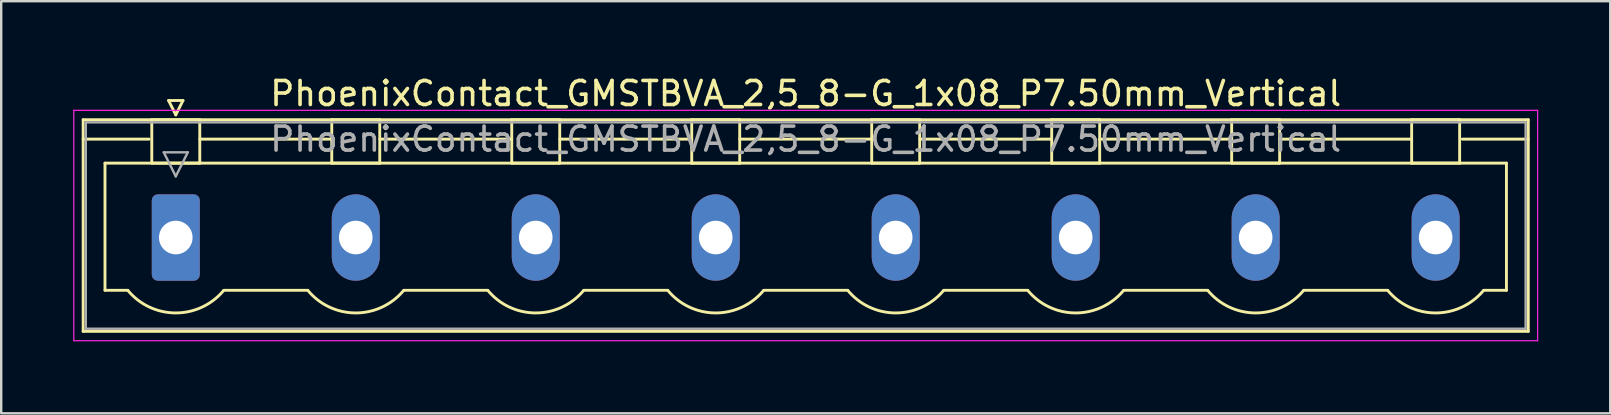
<source format=kicad_pcb>
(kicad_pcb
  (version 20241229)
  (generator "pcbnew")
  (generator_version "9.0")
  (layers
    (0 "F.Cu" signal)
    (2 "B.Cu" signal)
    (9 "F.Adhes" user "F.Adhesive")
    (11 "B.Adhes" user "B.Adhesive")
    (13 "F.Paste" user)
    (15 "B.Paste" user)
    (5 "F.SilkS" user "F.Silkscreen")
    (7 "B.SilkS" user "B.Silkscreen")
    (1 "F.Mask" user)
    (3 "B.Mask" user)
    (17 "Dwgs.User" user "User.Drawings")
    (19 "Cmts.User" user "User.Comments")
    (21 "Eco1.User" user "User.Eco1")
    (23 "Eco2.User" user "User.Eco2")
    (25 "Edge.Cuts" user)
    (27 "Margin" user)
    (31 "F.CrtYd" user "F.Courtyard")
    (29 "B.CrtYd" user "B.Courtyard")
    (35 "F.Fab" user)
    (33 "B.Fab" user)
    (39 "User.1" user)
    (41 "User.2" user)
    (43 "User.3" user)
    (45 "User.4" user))
  (footprint "PhoenixContact_GMSTBVA_2,5_8-G_1x08_P7.50mm_Vertical"
    (layer "F.Cu")
    (at 4.275 6.848)
    (property "Reference" "PhoenixContact_GMSTBVA_2,5_8-G_1x08_P7.50mm_Vertical" (at 26.25 -6 0) (layer "F.SilkS") (effects (font (size 1 1) (thickness 0.15))))
    (attr through_hole)
    (fp_line (start -3.86 -4.91) (end -3.86 3.91) (stroke (width 0.12) (type solid)) (layer "F.SilkS"))
    (fp_line (start -3.86 -4.1) (end -1.11 -4.1) (stroke (width 0.12) (type solid)) (layer "F.SilkS"))
    (fp_line (start -3.86 3.91) (end 56.36 3.91) (stroke (width 0.12) (type solid)) (layer "F.SilkS"))
    (fp_line (start -2.95 -3.1) (end 55.45 -3.1) (stroke (width 0.12) (type solid)) (layer "F.SilkS"))
    (fp_line (start -2.95 2.2) (end -2.95 -3.1) (stroke (width 0.12) (type solid)) (layer "F.SilkS"))
    (fp_line (start -2 2.2) (end -2.95 2.2) (stroke (width 0.12) (type solid)) (layer "F.SilkS"))
    (fp_line (start -1 -4.91) (end 1 -4.91) (stroke (width 0.12) (type solid)) (layer "F.SilkS"))
    (fp_line (start -1 -3.1) (end -1 -4.91) (stroke (width 0.12) (type solid)) (layer "F.SilkS"))
    (fp_line (start -0.3 -5.71) (end 0.3 -5.71) (stroke (width 0.12) (type solid)) (layer "F.SilkS"))
    (fp_line (start 0 -5.11) (end -0.3 -5.71) (stroke (width 0.12) (type solid)) (layer "F.SilkS"))
    (fp_line (start 0.3 -5.71) (end 0 -5.11) (stroke (width 0.12) (type solid)) (layer "F.SilkS"))
    (fp_line (start 1 -4.91) (end 1 -3.1) (stroke (width 0.12) (type solid)) (layer "F.SilkS"))
    (fp_line (start 1 -4.1) (end 6.5 -4.1) (stroke (width 0.12) (type solid)) (layer "F.SilkS"))
    (fp_line (start 1 -3.1) (end -1 -3.1) (stroke (width 0.12) (type solid)) (layer "F.SilkS"))
    (fp_line (start 2 2.2) (end 5.5 2.2) (stroke (width 0.12) (type solid)) (layer "F.SilkS"))
    (fp_line (start 6.5 -4.91) (end 8.5 -4.91) (stroke (width 0.12) (type solid)) (layer "F.SilkS"))
    (fp_line (start 6.5 -3.1) (end 6.5 -4.91) (stroke (width 0.12) (type solid)) (layer "F.SilkS"))
    (fp_line (start 8.5 -4.91) (end 8.5 -3.1) (stroke (width 0.12) (type solid)) (layer "F.SilkS"))
    (fp_line (start 8.5 -4.1) (end 14 -4.1) (stroke (width 0.12) (type solid)) (layer "F.SilkS"))
    (fp_line (start 8.5 -3.1) (end 6.5 -3.1) (stroke (width 0.12) (type solid)) (layer "F.SilkS"))
    (fp_line (start 9.5 2.2) (end 13 2.2) (stroke (width 0.12) (type solid)) (layer "F.SilkS"))
    (fp_line (start 14 -4.91) (end 16 -4.91) (stroke (width 0.12) (type solid)) (layer "F.SilkS"))
    (fp_line (start 14 -3.1) (end 14 -4.91) (stroke (width 0.12) (type solid)) (layer "F.SilkS"))
    (fp_line (start 16 -4.91) (end 16 -3.1) (stroke (width 0.12) (type solid)) (layer "F.SilkS"))
    (fp_line (start 16 -4.1) (end 21.5 -4.1) (stroke (width 0.12) (type solid)) (layer "F.SilkS"))
    (fp_line (start 16 -3.1) (end 14 -3.1) (stroke (width 0.12) (type solid)) (layer "F.SilkS"))
    (fp_line (start 17 2.2) (end 20.5 2.2) (stroke (width 0.12) (type solid)) (layer "F.SilkS"))
    (fp_line (start 21.5 -4.91) (end 23.5 -4.91) (stroke (width 0.12) (type solid)) (layer "F.SilkS"))
    (fp_line (start 21.5 -3.1) (end 21.5 -4.91) (stroke (width 0.12) (type solid)) (layer "F.SilkS"))
    (fp_line (start 23.5 -4.91) (end 23.5 -3.1) (stroke (width 0.12) (type solid)) (layer "F.SilkS"))
    (fp_line (start 23.5 -4.1) (end 29 -4.1) (stroke (width 0.12) (type solid)) (layer "F.SilkS"))
    (fp_line (start 23.5 -3.1) (end 21.5 -3.1) (stroke (width 0.12) (type solid)) (layer "F.SilkS"))
    (fp_line (start 24.5 2.2) (end 28 2.2) (stroke (width 0.12) (type solid)) (layer "F.SilkS"))
    (fp_line (start 29 -4.91) (end 31 -4.91) (stroke (width 0.12) (type solid)) (layer "F.SilkS"))
    (fp_line (start 29 -3.1) (end 29 -4.91) (stroke (width 0.12) (type solid)) (layer "F.SilkS"))
    (fp_line (start 31 -4.91) (end 31 -3.1) (stroke (width 0.12) (type solid)) (layer "F.SilkS"))
    (fp_line (start 31 -4.1) (end 36.5 -4.1) (stroke (width 0.12) (type solid)) (layer "F.SilkS"))
    (fp_line (start 31 -3.1) (end 29 -3.1) (stroke (width 0.12) (type solid)) (layer "F.SilkS"))
    (fp_line (start 32 2.2) (end 35.5 2.2) (stroke (width 0.12) (type solid)) (layer "F.SilkS"))
    (fp_line (start 36.5 -4.91) (end 38.5 -4.91) (stroke (width 0.12) (type solid)) (layer "F.SilkS"))
    (fp_line (start 36.5 -3.1) (end 36.5 -4.91) (stroke (width 0.12) (type solid)) (layer "F.SilkS"))
    (fp_line (start 38.5 -4.91) (end 38.5 -3.1) (stroke (width 0.12) (type solid)) (layer "F.SilkS"))
    (fp_line (start 38.5 -4.1) (end 44 -4.1) (stroke (width 0.12) (type solid)) (layer "F.SilkS"))
    (fp_line (start 38.5 -3.1) (end 36.5 -3.1) (stroke (width 0.12) (type solid)) (layer "F.SilkS"))
    (fp_line (start 39.5 2.2) (end 43 2.2) (stroke (width 0.12) (type solid)) (layer "F.SilkS"))
    (fp_line (start 44 -4.91) (end 46 -4.91) (stroke (width 0.12) (type solid)) (layer "F.SilkS"))
    (fp_line (start 44 -3.1) (end 44 -4.91) (stroke (width 0.12) (type solid)) (layer "F.SilkS"))
    (fp_line (start 46 -4.91) (end 46 -3.1) (stroke (width 0.12) (type solid)) (layer "F.SilkS"))
    (fp_line (start 46 -4.1) (end 51.5 -4.1) (stroke (width 0.12) (type solid)) (layer "F.SilkS"))
    (fp_line (start 46 -3.1) (end 44 -3.1) (stroke (width 0.12) (type solid)) (layer "F.SilkS"))
    (fp_line (start 47 2.2) (end 50.5 2.2) (stroke (width 0.12) (type solid)) (layer "F.SilkS"))
    (fp_line (start 51.5 -4.91) (end 53.5 -4.91) (stroke (width 0.12) (type solid)) (layer "F.SilkS"))
    (fp_line (start 51.5 -3.1) (end 51.5 -4.91) (stroke (width 0.12) (type solid)) (layer "F.SilkS"))
    (fp_line (start 53.5 -4.91) (end 53.5 -3.1) (stroke (width 0.12) (type solid)) (layer "F.SilkS"))
    (fp_line (start 53.5 -3.1) (end 51.5 -3.1) (stroke (width 0.12) (type solid)) (layer "F.SilkS"))
    (fp_line (start 55.45 -3.1) (end 55.45 2.2) (stroke (width 0.12) (type solid)) (layer "F.SilkS"))
    (fp_line (start 55.45 2.2) (end 54.5 2.2) (stroke (width 0.12) (type solid)) (layer "F.SilkS"))
    (fp_line (start 56.36 -4.91) (end -3.86 -4.91) (stroke (width 0.12) (type solid)) (layer "F.SilkS"))
    (fp_line (start 56.36 -4.1) (end 53.61 -4.1) (stroke (width 0.12) (type solid)) (layer "F.SilkS"))
    (fp_line (start 56.36 3.91) (end 56.36 -4.91) (stroke (width 0.12) (type solid)) (layer "F.SilkS"))
    (fp_arc (start 1.986842 2.215821) (mid -0.010289 3.142758) (end -2 2.2) (stroke (width 0.12) (type solid)) (layer "F.SilkS"))
    (fp_arc (start 9.486842 2.215821) (mid 7.489711 3.142758) (end 5.5 2.2) (stroke (width 0.12) (type solid)) (layer "F.SilkS"))
    (fp_arc (start 16.986842 2.215821) (mid 14.989711 3.142758) (end 13 2.2) (stroke (width 0.12) (type solid)) (layer "F.SilkS"))
    (fp_arc (start 24.486842 2.215821) (mid 22.489711 3.142758) (end 20.5 2.2) (stroke (width 0.12) (type solid)) (layer "F.SilkS"))
    (fp_arc (start 31.986842 2.215821) (mid 29.989711 3.142758) (end 28 2.2) (stroke (width 0.12) (type solid)) (layer "F.SilkS"))
    (fp_arc (start 39.486842 2.215821) (mid 37.489711 3.142758) (end 35.5 2.2) (stroke (width 0.12) (type solid)) (layer "F.SilkS"))
    (fp_arc (start 46.986842 2.215821) (mid 44.989711 3.142758) (end 43 2.2) (stroke (width 0.12) (type solid)) (layer "F.SilkS"))
    (fp_arc (start 54.486842 2.215821) (mid 52.489711 3.142758) (end 50.5 2.2) (stroke (width 0.12) (type solid)) (layer "F.SilkS"))
    (fp_line (start -4.25 -5.3) (end -4.25 4.3) (stroke (width 0.05) (type solid)) (layer "F.CrtYd"))
    (fp_line (start -4.25 4.3) (end 56.75 4.3) (stroke (width 0.05) (type solid)) (layer "F.CrtYd"))
    (fp_line (start 56.75 -5.3) (end -4.25 -5.3) (stroke (width 0.05) (type solid)) (layer "F.CrtYd"))
    (fp_line (start 56.75 4.3) (end 56.75 -5.3) (stroke (width 0.05) (type solid)) (layer "F.CrtYd"))
    (fp_line (start -3.75 -4.8) (end -3.75 3.8) (stroke (width 0.1) (type solid)) (layer "F.Fab"))
    (fp_line (start -3.75 3.8) (end 56.25 3.8) (stroke (width 0.1) (type solid)) (layer "F.Fab"))
    (fp_line (start -0.5 -3.55) (end 0.5 -3.55) (stroke (width 0.1) (type solid)) (layer "F.Fab"))
    (fp_line (start 0 -2.55) (end -0.5 -3.55) (stroke (width 0.1) (type solid)) (layer "F.Fab"))
    (fp_line (start 0.5 -3.55) (end 0 -2.55) (stroke (width 0.1) (type solid)) (layer "F.Fab"))
    (fp_line (start 56.25 -4.8) (end -3.75 -4.8) (stroke (width 0.1) (type solid)) (layer "F.Fab"))
    (fp_line (start 56.25 3.8) (end 56.25 -4.8) (stroke (width 0.1) (type solid)) (layer "F.Fab"))
    (fp_text user "${REFERENCE}" (at 26.25 -4.1 0) (layer "F.Fab") (effects (font (size 1 1) (thickness 0.15))))
    (pad "1" thru_hole roundrect (at 0 0) (size 2 3.6) (drill 1.4) (layers "*.Cu" "*.Mask") (roundrect_rratio 0.125))
    (pad "2" thru_hole oval (at 7.5 0) (size 2 3.6) (drill 1.4) (layers "*.Cu" "*.Mask"))
    (pad "3" thru_hole oval (at 15 0) (size 2 3.6) (drill 1.4) (layers "*.Cu" "*.Mask"))
    (pad "4" thru_hole oval (at 22.5 0) (size 2 3.6) (drill 1.4) (layers "*.Cu" "*.Mask"))
    (pad "5" thru_hole oval (at 30 0) (size 2 3.6) (drill 1.4) (layers "*.Cu" "*.Mask"))
    (pad "6" thru_hole oval (at 37.5 0) (size 2 3.6) (drill 1.4) (layers "*.Cu" "*.Mask"))
    (pad "7" thru_hole oval (at 45 0) (size 2 3.6) (drill 1.4) (layers "*.Cu" "*.Mask"))
    (pad "8" thru_hole oval (at 52.5 0) (size 2 3.6) (drill 1.4) (layers "*.Cu" "*.Mask")))
  (gr_rect
    (start -3 -3)
    (end 64.05 14.173)
    (stroke (width 0.1) (type default))
    (fill no)
    (layer "Edge.Cuts")))
</source>
